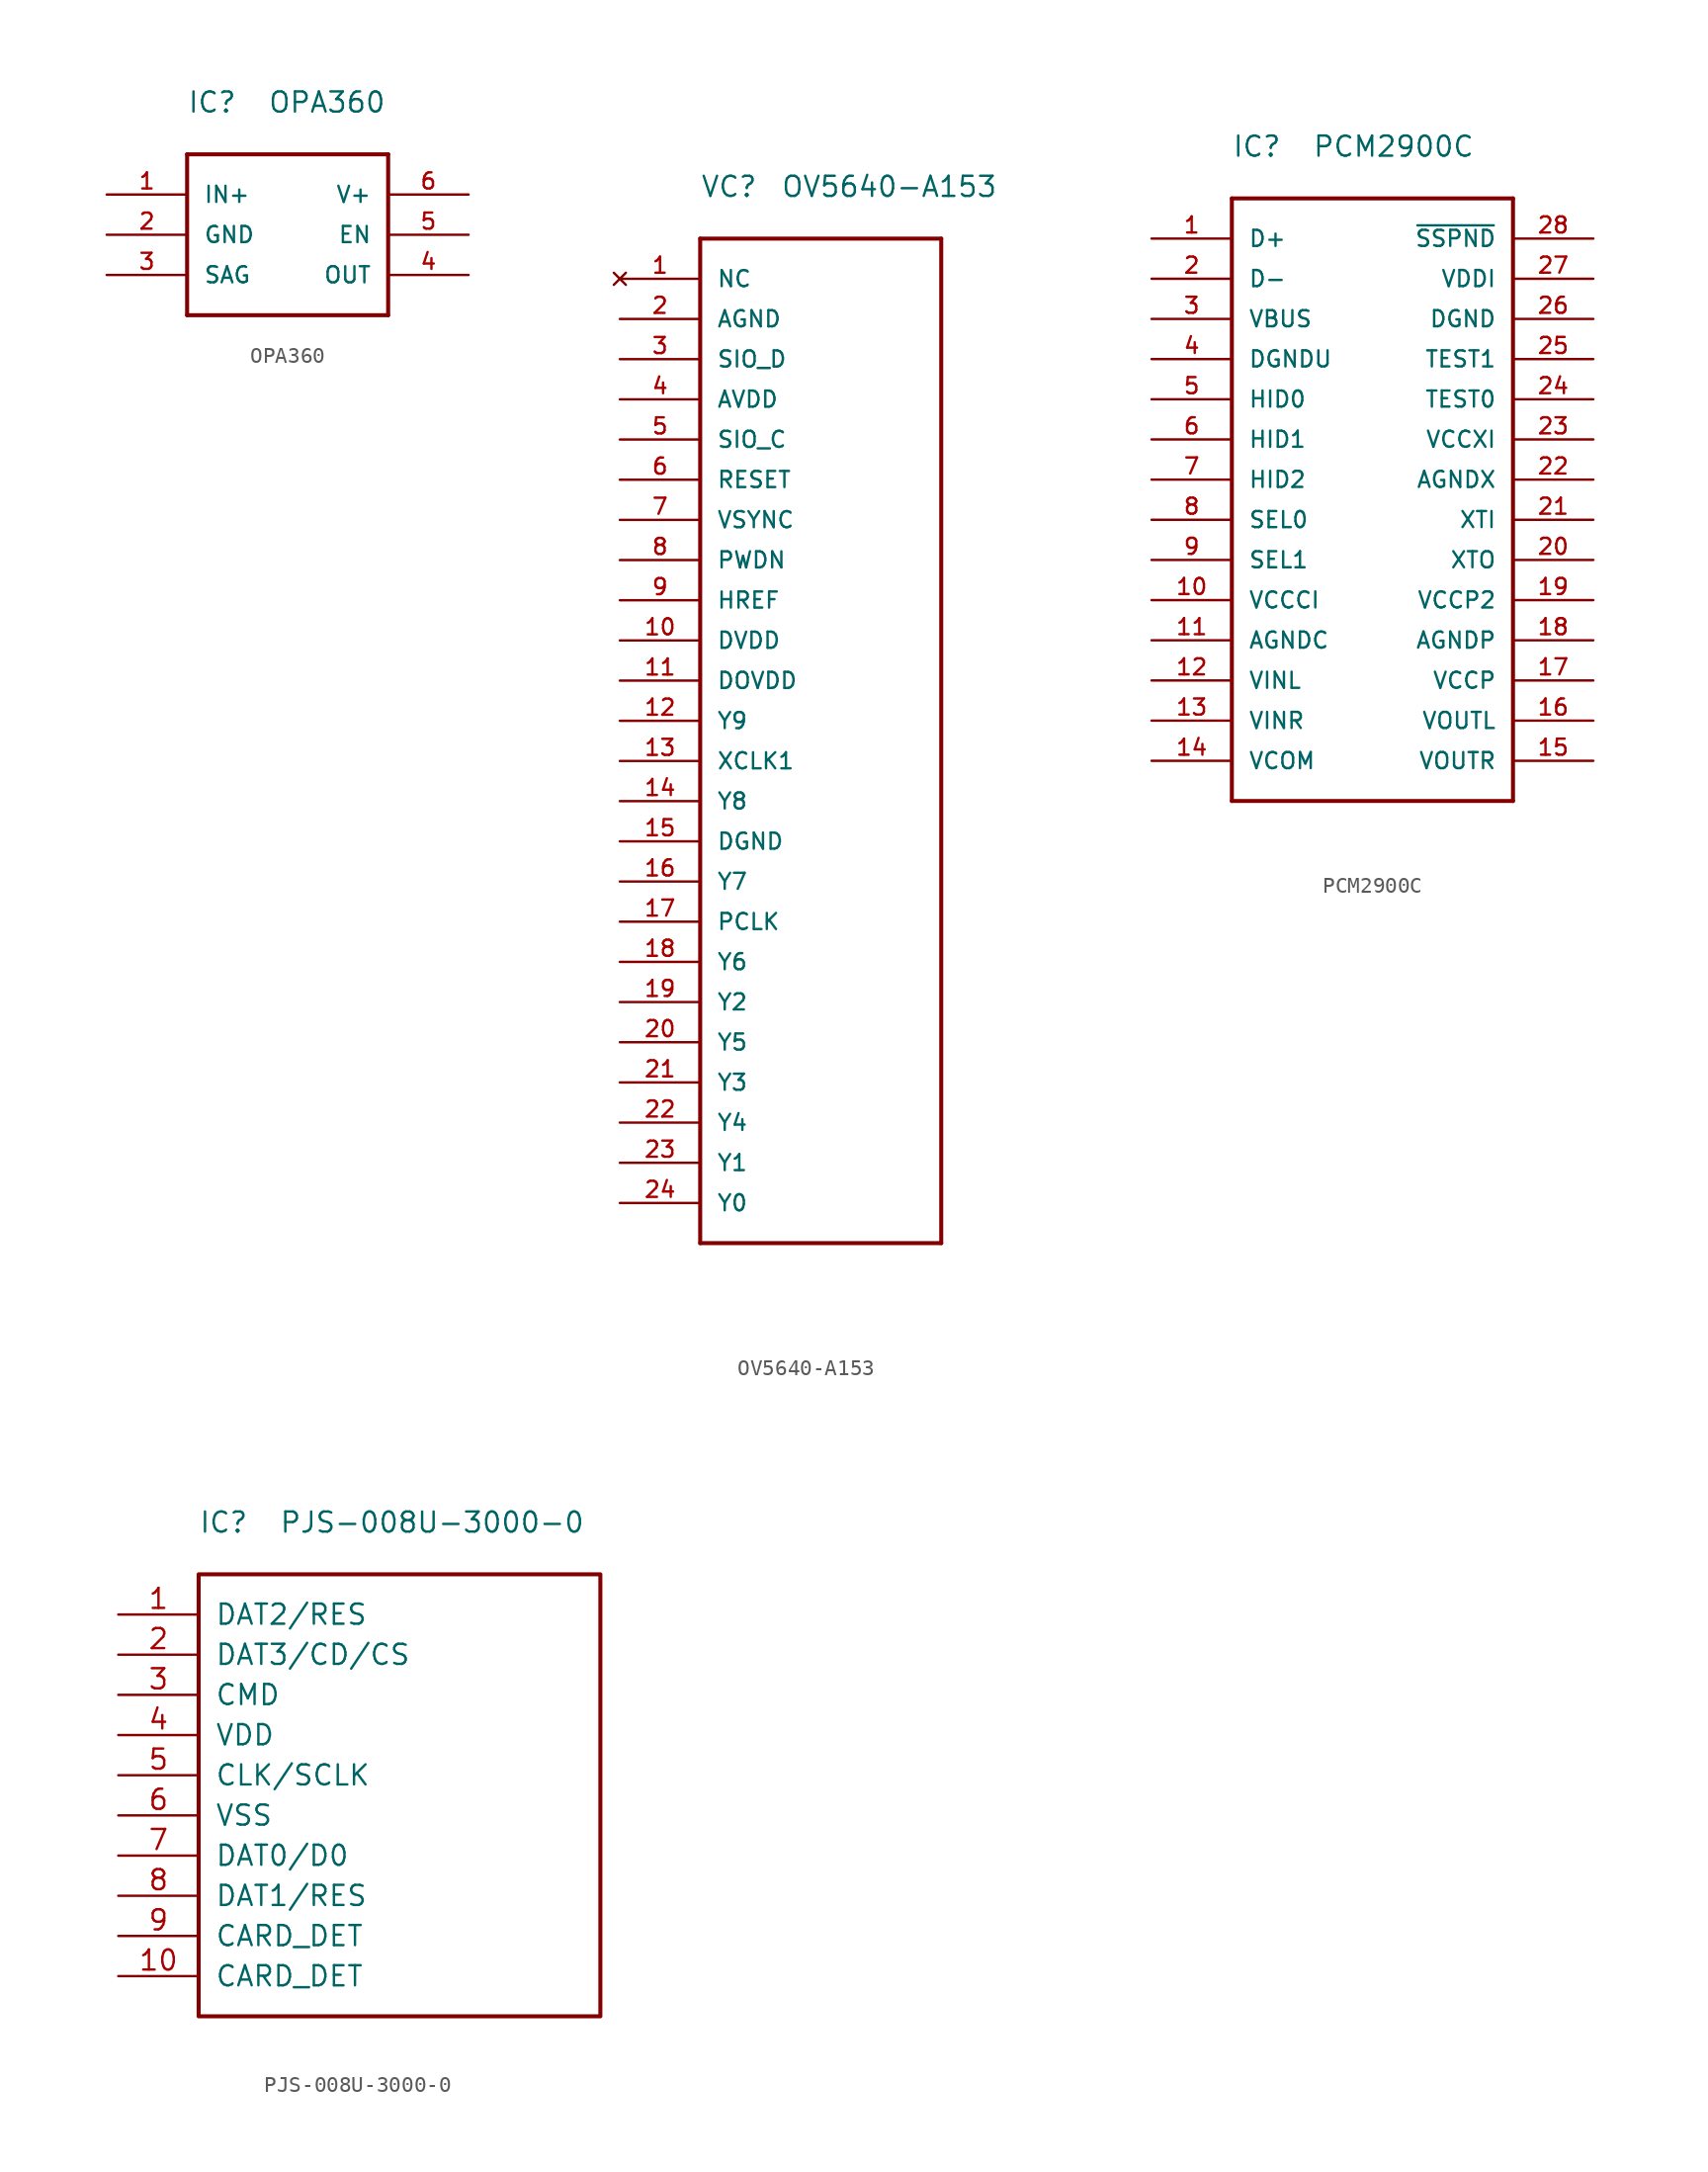
<source format=kicad_sym>
(kicad_symbol_lib
  (version 20220914)
  (generator kicad_symbol_editor)
  (symbol "OPA360"
    (pin_names
      (offset 1.016))
    (property "Reference" "IC"
      (at 0 2.54 0)
      (effects (font (size 1.27 1.27)) (justify left bottom)))
    (property "Value" "OPA360"
      (at 5.08 2.54 0)
      (effects (font (size 1.27 1.27)) (justify left bottom)))
    (symbol "OPA360_1_0"
      (polyline (pts (xy 0 -10.16) (xy 0 0)) (stroke (width 0.254) (type solid)) (fill (type none)))
      (polyline (pts (xy 0 0) (xy 12.7 0)) (stroke (width 0.254) (type solid)) (fill (type none)))
      (polyline (pts (xy 12.7 -10.16) (xy 0 -10.16)) (stroke (width 0.254) (type solid)) (fill (type none)))
      (polyline (pts (xy 12.7 0) (xy 12.7 -10.16)) (stroke (width 0.254) (type solid)) (fill (type none))))
    (symbol "OPA360_1_1"
      (pin input line (at -5.08 -2.54 0) (length 5.08) (name "IN+" (effects (font (size 1.016 1.016)))) (number "1" (effects (font (size 1.016 1.016)))))
      (pin power_in line (at -5.08 -5.08 0) (length 5.08) (name "GND" (effects (font (size 1.016 1.016)))) (number "2" (effects (font (size 1.016 1.016)))))
      (pin input line (at -5.08 -7.62 0) (length 5.08) (name "SAG" (effects (font (size 1.016 1.016)))) (number "3" (effects (font (size 1.016 1.016)))))
      (pin output line (at 17.78 -7.62 180) (length 5.08) (name "OUT" (effects (font (size 1.016 1.016)))) (number "4" (effects (font (size 1.016 1.016)))))
      (pin input line (at 17.78 -5.08 180) (length 5.08) (name "EN" (effects (font (size 1.016 1.016)))) (number "5" (effects (font (size 1.016 1.016)))))
      (pin power_in line (at 17.78 -2.54 180) (length 5.08) (name "V+" (effects (font (size 1.016 1.016)))) (number "6" (effects (font (size 1.016 1.016)))))))
  (symbol "OV5640-A153"
    (pin_names
      (offset 1.016))
    (property "Reference" "VC"
      (at 0 2.54 0)
      (effects (font (size 1.27 1.27)) (justify left bottom)))
    (property "Value" "OV5640-A153"
      (at 5.08 2.54 0)
      (effects (font (size 1.27 1.27)) (justify left bottom)))
    (symbol "OV5640-A153_1_0"
      (polyline (pts (xy 0 -63.5) (xy 0 0)) (stroke (width 0.254) (type solid)) (fill (type none)))
      (polyline (pts (xy 15.24 -63.5) (xy 0 -63.5)) (stroke (width 0.254) (type solid)) (fill (type none)))
      (polyline (pts (xy 15.24 0) (xy 0 0)) (stroke (width 0.254) (type solid)) (fill (type none)))
      (polyline (pts (xy 15.24 0) (xy 15.24 -63.5)) (stroke (width 0.254) (type solid)) (fill (type none))))
    (symbol "OV5640-A153_1_1"
      (pin no_connect line (at -5.08 -2.54 0) (length 5.08) (name "NC" (effects (font (size 1.016 1.016)))) (number "1" (effects (font (size 1.016 1.016)))))
      (pin power_in line (at -5.08 -25.4 0) (length 5.08) (name "DVDD" (effects (font (size 1.016 1.016)))) (number "10" (effects (font (size 1.016 1.016)))))
      (pin power_in line (at -5.08 -27.94 0) (length 5.08) (name "DOVDD" (effects (font (size 1.016 1.016)))) (number "11" (effects (font (size 1.016 1.016)))))
      (pin output line (at -5.08 -30.48 0) (length 5.08) (name "Y9" (effects (font (size 1.016 1.016)))) (number "12" (effects (font (size 1.016 1.016)))))
      (pin input line (at -5.08 -33.02 0) (length 5.08) (name "XCLK1" (effects (font (size 1.016 1.016)))) (number "13" (effects (font (size 1.016 1.016)))))
      (pin output line (at -5.08 -35.56 0) (length 5.08) (name "Y8" (effects (font (size 1.016 1.016)))) (number "14" (effects (font (size 1.016 1.016)))))
      (pin power_in line (at -5.08 -38.1 0) (length 5.08) (name "DGND" (effects (font (size 1.016 1.016)))) (number "15" (effects (font (size 1.016 1.016)))))
      (pin output line (at -5.08 -40.64 0) (length 5.08) (name "Y7" (effects (font (size 1.016 1.016)))) (number "16" (effects (font (size 1.016 1.016)))))
      (pin output line (at -5.08 -43.18 0) (length 5.08) (name "PCLK" (effects (font (size 1.016 1.016)))) (number "17" (effects (font (size 1.016 1.016)))))
      (pin output line (at -5.08 -45.72 0) (length 5.08) (name "Y6" (effects (font (size 1.016 1.016)))) (number "18" (effects (font (size 1.016 1.016)))))
      (pin output line (at -5.08 -48.26 0) (length 5.08) (name "Y2" (effects (font (size 1.016 1.016)))) (number "19" (effects (font (size 1.016 1.016)))))
      (pin power_in line (at -5.08 -5.08 0) (length 5.08) (name "AGND" (effects (font (size 1.016 1.016)))) (number "2" (effects (font (size 1.016 1.016)))))
      (pin output line (at -5.08 -50.8 0) (length 5.08) (name "Y5" (effects (font (size 1.016 1.016)))) (number "20" (effects (font (size 1.016 1.016)))))
      (pin output line (at -5.08 -53.34 0) (length 5.08) (name "Y3" (effects (font (size 1.016 1.016)))) (number "21" (effects (font (size 1.016 1.016)))))
      (pin output line (at -5.08 -55.88 0) (length 5.08) (name "Y4" (effects (font (size 1.016 1.016)))) (number "22" (effects (font (size 1.016 1.016)))))
      (pin output line (at -5.08 -58.42 0) (length 5.08) (name "Y1" (effects (font (size 1.016 1.016)))) (number "23" (effects (font (size 1.016 1.016)))))
      (pin output line (at -5.08 -60.96 0) (length 5.08) (name "Y0" (effects (font (size 1.016 1.016)))) (number "24" (effects (font (size 1.016 1.016)))))
      (pin bidirectional line (at -5.08 -7.62 0) (length 5.08) (name "SIO_D" (effects (font (size 1.016 1.016)))) (number "3" (effects (font (size 1.016 1.016)))))
      (pin power_in line (at -5.08 -10.16 0) (length 5.08) (name "AVDD" (effects (font (size 1.016 1.016)))) (number "4" (effects (font (size 1.016 1.016)))))
      (pin input line (at -5.08 -12.7 0) (length 5.08) (name "SIO_C" (effects (font (size 1.016 1.016)))) (number "5" (effects (font (size 1.016 1.016)))))
      (pin input line (at -5.08 -15.24 0) (length 5.08) (name "RESET" (effects (font (size 1.016 1.016)))) (number "6" (effects (font (size 1.016 1.016)))))
      (pin input line (at -5.08 -17.78 0) (length 5.08) (name "VSYNC" (effects (font (size 1.016 1.016)))) (number "7" (effects (font (size 1.016 1.016)))))
      (pin input line (at -5.08 -20.32 0) (length 5.08) (name "PWDN" (effects (font (size 1.016 1.016)))) (number "8" (effects (font (size 1.016 1.016)))))
      (pin input line (at -5.08 -22.86 0) (length 5.08) (name "HREF" (effects (font (size 1.016 1.016)))) (number "9" (effects (font (size 1.016 1.016)))))))
  (symbol "PCM2900C"
    (pin_names
      (offset 1.016))
    (property "Reference" "IC"
      (at 0 2.54 0)
      (effects (font (size 1.27 1.27)) (justify left bottom)))
    (property "Value" "PCM2900C"
      (at 5.08 2.54 0)
      (effects (font (size 1.27 1.27)) (justify left bottom)))
    (symbol "PCM2900C_1_0"
      (polyline (pts (xy 0 -38.1) (xy 0 0)) (stroke (width 0.254) (type solid)) (fill (type none)))
      (polyline (pts (xy 0 0) (xy 17.78 0)) (stroke (width 0.254) (type solid)) (fill (type none)))
      (polyline (pts (xy 17.78 -38.1) (xy 0 -38.1)) (stroke (width 0.254) (type solid)) (fill (type none)))
      (polyline (pts (xy 17.78 0) (xy 17.78 -38.1)) (stroke (width 0.254) (type solid)) (fill (type none))))
    (symbol "PCM2900C_1_1"
      (pin input line (at -5.08 -2.54 0) (length 5.08) (name "D+" (effects (font (size 1.016 1.016)))) (number "1" (effects (font (size 1.016 1.016)))))
      (pin power_out line (at -5.08 -25.4 0) (length 5.08) (name "VCCCI" (effects (font (size 1.016 1.016)))) (number "10" (effects (font (size 1.016 1.016)))))
      (pin power_in line (at -5.08 -27.94 0) (length 5.08) (name "AGNDC" (effects (font (size 1.016 1.016)))) (number "11" (effects (font (size 1.016 1.016)))))
      (pin input line (at -5.08 -30.48 0) (length 5.08) (name "VINL" (effects (font (size 1.016 1.016)))) (number "12" (effects (font (size 1.016 1.016)))))
      (pin input line (at -5.08 -33.02 0) (length 5.08) (name "VINR" (effects (font (size 1.016 1.016)))) (number "13" (effects (font (size 1.016 1.016)))))
      (pin power_out line (at -5.08 -35.56 0) (length 5.08) (name "VCOM" (effects (font (size 1.016 1.016)))) (number "14" (effects (font (size 1.016 1.016)))))
      (pin output line (at 22.86 -35.56 180) (length 5.08) (name "VOUTR" (effects (font (size 1.016 1.016)))) (number "15" (effects (font (size 1.016 1.016)))))
      (pin output line (at 22.86 -33.02 180) (length 5.08) (name "VOUTL" (effects (font (size 1.016 1.016)))) (number "16" (effects (font (size 1.016 1.016)))))
      (pin power_out line (at 22.86 -30.48 180) (length 5.08) (name "VCCP" (effects (font (size 1.016 1.016)))) (number "17" (effects (font (size 1.016 1.016)))))
      (pin power_in line (at 22.86 -27.94 180) (length 5.08) (name "AGNDP" (effects (font (size 1.016 1.016)))) (number "18" (effects (font (size 1.016 1.016)))))
      (pin power_out line (at 22.86 -25.4 180) (length 5.08) (name "VCCP2" (effects (font (size 1.016 1.016)))) (number "19" (effects (font (size 1.016 1.016)))))
      (pin input line (at -5.08 -5.08 0) (length 5.08) (name "D-" (effects (font (size 1.016 1.016)))) (number "2" (effects (font (size 1.016 1.016)))))
      (pin output line (at 22.86 -22.86 180) (length 5.08) (name "XTO" (effects (font (size 1.016 1.016)))) (number "20" (effects (font (size 1.016 1.016)))))
      (pin input line (at 22.86 -20.32 180) (length 5.08) (name "XTI" (effects (font (size 1.016 1.016)))) (number "21" (effects (font (size 1.016 1.016)))))
      (pin power_out line (at 22.86 -17.78 180) (length 5.08) (name "AGNDX" (effects (font (size 1.016 1.016)))) (number "22" (effects (font (size 1.016 1.016)))))
      (pin power_out line (at 22.86 -15.24 180) (length 5.08) (name "VCCXI" (effects (font (size 1.016 1.016)))) (number "23" (effects (font (size 1.016 1.016)))))
      (pin input line (at 22.86 -12.7 180) (length 5.08) (name "TEST0" (effects (font (size 1.016 1.016)))) (number "24" (effects (font (size 1.016 1.016)))))
      (pin input line (at 22.86 -10.16 180) (length 5.08) (name "TEST1" (effects (font (size 1.016 1.016)))) (number "25" (effects (font (size 1.016 1.016)))))
      (pin power_in line (at 22.86 -7.62 180) (length 5.08) (name "DGND" (effects (font (size 1.016 1.016)))) (number "26" (effects (font (size 1.016 1.016)))))
      (pin power_out line (at 22.86 -5.08 180) (length 5.08) (name "VDDI" (effects (font (size 1.016 1.016)))) (number "27" (effects (font (size 1.016 1.016)))))
      (pin output line (at 22.86 -2.54 180) (length 5.08) (name "~{SSPND}" (effects (font (size 1.016 1.016)))) (number "28" (effects (font (size 1.016 1.016)))))
      (pin power_in line (at -5.08 -7.62 0) (length 5.08) (name "VBUS" (effects (font (size 1.016 1.016)))) (number "3" (effects (font (size 1.016 1.016)))))
      (pin input line (at -5.08 -10.16 0) (length 5.08) (name "DGNDU" (effects (font (size 1.016 1.016)))) (number "4" (effects (font (size 1.016 1.016)))))
      (pin input line (at -5.08 -12.7 0) (length 5.08) (name "HID0" (effects (font (size 1.016 1.016)))) (number "5" (effects (font (size 1.016 1.016)))))
      (pin input line (at -5.08 -15.24 0) (length 5.08) (name "HID1" (effects (font (size 1.016 1.016)))) (number "6" (effects (font (size 1.016 1.016)))))
      (pin input line (at -5.08 -17.78 0) (length 5.08) (name "HID2" (effects (font (size 1.016 1.016)))) (number "7" (effects (font (size 1.016 1.016)))))
      (pin input line (at -5.08 -20.32 0) (length 5.08) (name "SEL0" (effects (font (size 1.016 1.016)))) (number "8" (effects (font (size 1.016 1.016)))))
      (pin input line (at -5.08 -22.86 0) (length 5.08) (name "SEL1" (effects (font (size 1.016 1.016)))) (number "9" (effects (font (size 1.016 1.016)))))))
  (symbol "PJS-008U-3000-0"
    (pin_names
      (offset 1.016))
    (property "Reference" "IC"
      (at 0 2.54 0)
      (effects (font (size 1.27 1.27)) (justify left bottom)))
    (property "Value" "PJS-008U-3000-0"
      (at 5.08 2.54 0)
      (effects (font (size 1.27 1.27)) (justify left bottom)))
    (symbol "PJS-008U-3000-0_1_1"
      (polyline (pts (xy 25.4 -27.94) (xy 25.4 0) (xy 0 0) (xy 0 -27.94) (xy 25.4 -27.94)) (stroke (width 0.254) (type solid)) (fill (type none)))
      (pin bidirectional line (at -5.08 -2.54 0) (length 5.08) (name "DAT2/RES" (effects (font (size 1.27 1.27)))) (number "1" (effects (font (size 1.27 1.27)))))
      (pin passive line (at -5.08 -25.4 0) (length 5.08) (name "CARD_DET" (effects (font (size 1.27 1.27)))) (number "10" (effects (font (size 1.27 1.27)))))
      (pin bidirectional line (at -5.08 -5.08 0) (length 5.08) (name "DAT3/CD/CS" (effects (font (size 1.27 1.27)))) (number "2" (effects (font (size 1.27 1.27)))))
      (pin input line (at -5.08 -7.62 0) (length 5.08) (name "CMD" (effects (font (size 1.27 1.27)))) (number "3" (effects (font (size 1.27 1.27)))))
      (pin power_in line (at -5.08 -10.16 0) (length 5.08) (name "VDD" (effects (font (size 1.27 1.27)))) (number "4" (effects (font (size 1.27 1.27)))))
      (pin input line (at -5.08 -12.7 0) (length 5.08) (name "CLK/SCLK" (effects (font (size 1.27 1.27)))) (number "5" (effects (font (size 1.27 1.27)))))
      (pin power_in line (at -5.08 -15.24 0) (length 5.08) (name "VSS" (effects (font (size 1.27 1.27)))) (number "6" (effects (font (size 1.27 1.27)))))
      (pin bidirectional line (at -5.08 -17.78 0) (length 5.08) (name "DAT0/D0" (effects (font (size 1.27 1.27)))) (number "7" (effects (font (size 1.27 1.27)))))
      (pin bidirectional line (at -5.08 -20.32 0) (length 5.08) (name "DAT1/RES" (effects (font (size 1.27 1.27)))) (number "8" (effects (font (size 1.27 1.27)))))
      (pin passive line (at -5.08 -22.86 0) (length 5.08) (name "CARD_DET" (effects (font (size 1.27 1.27)))) (number "9" (effects (font (size 1.27 1.27))))))))
</source>
